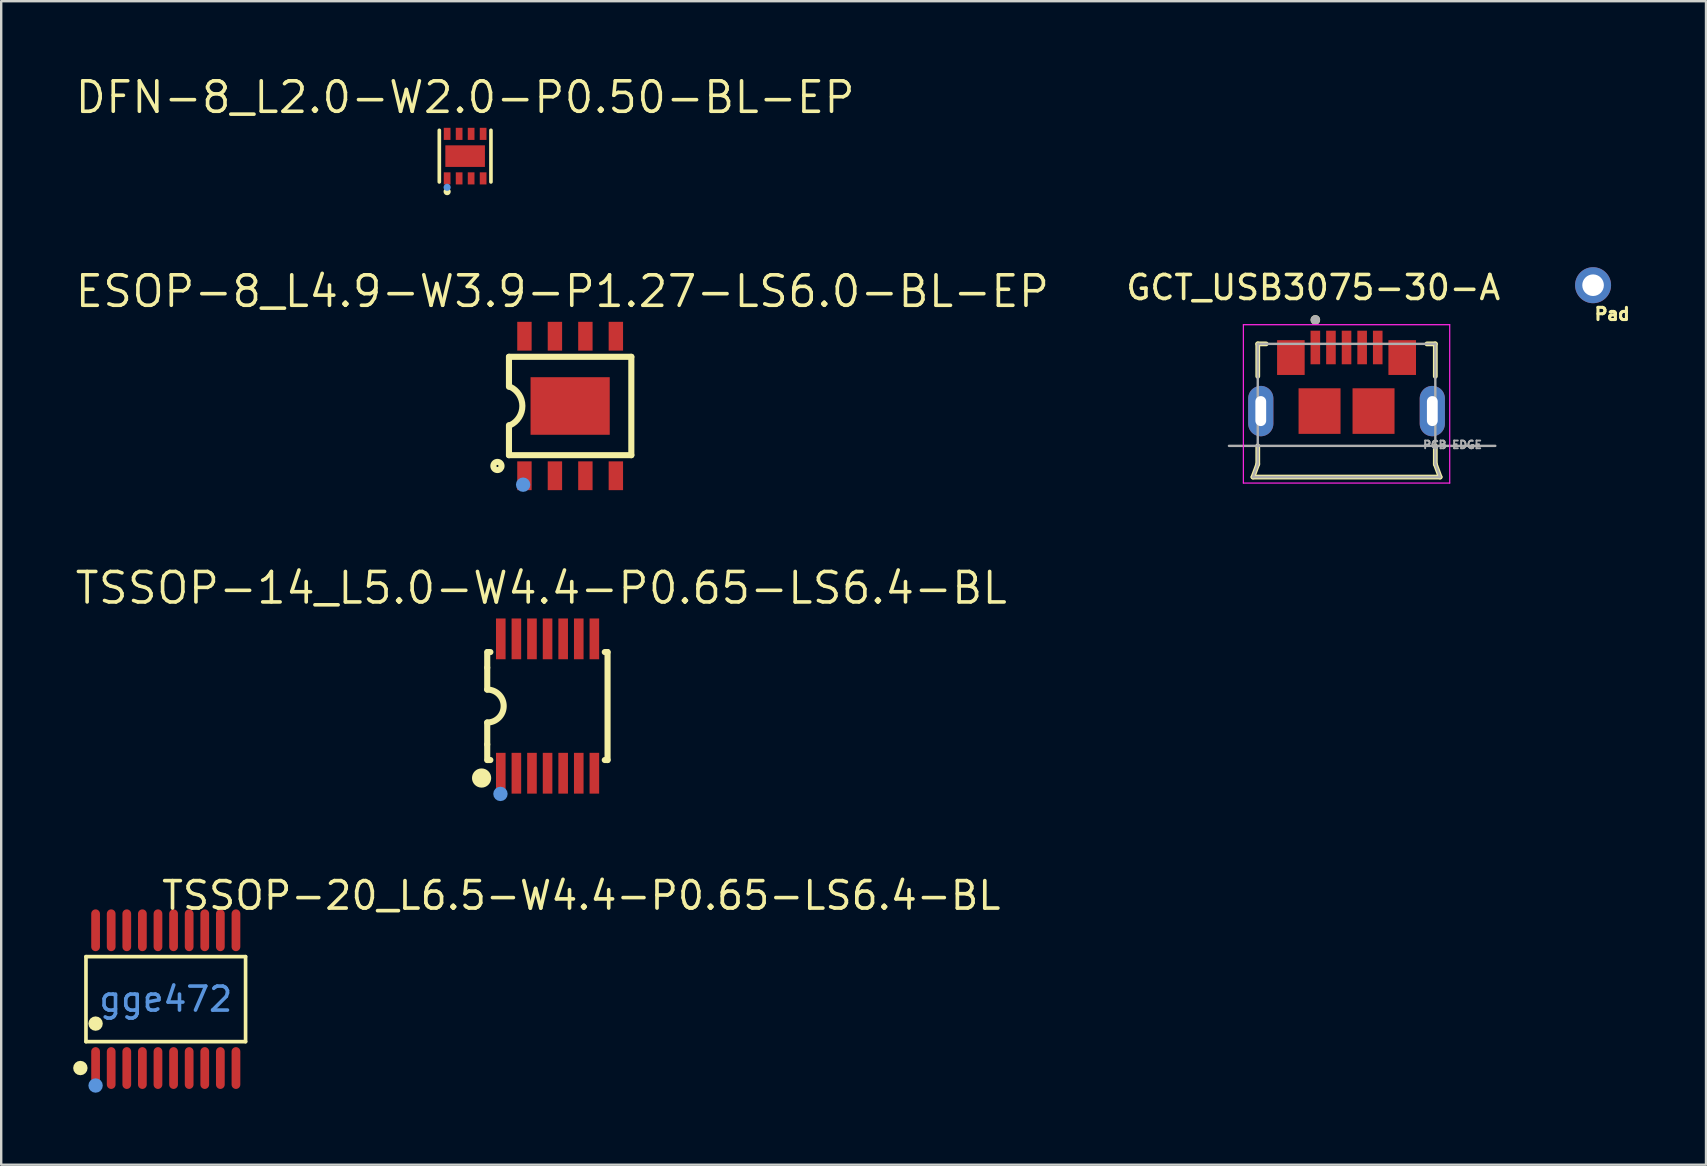
<source format=kicad_pcb>
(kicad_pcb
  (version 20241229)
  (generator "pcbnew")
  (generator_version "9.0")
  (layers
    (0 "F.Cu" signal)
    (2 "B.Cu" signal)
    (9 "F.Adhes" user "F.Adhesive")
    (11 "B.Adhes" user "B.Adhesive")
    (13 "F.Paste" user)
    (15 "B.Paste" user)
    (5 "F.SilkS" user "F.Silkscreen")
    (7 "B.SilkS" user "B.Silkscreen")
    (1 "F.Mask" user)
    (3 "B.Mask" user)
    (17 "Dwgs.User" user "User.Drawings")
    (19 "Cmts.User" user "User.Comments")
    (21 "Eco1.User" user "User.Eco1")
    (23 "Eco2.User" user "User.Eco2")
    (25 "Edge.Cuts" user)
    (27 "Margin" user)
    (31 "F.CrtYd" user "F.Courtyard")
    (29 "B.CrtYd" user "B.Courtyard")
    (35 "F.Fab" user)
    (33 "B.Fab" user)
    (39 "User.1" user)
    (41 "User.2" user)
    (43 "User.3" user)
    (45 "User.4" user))
  (footprint "ESOP-8_L4.9-W3.9-P1.27-LS6.0-BL-EP"
    (layer "F.Cu")
    (at 20.713 13.871)
    (property "Reference" "ESOP-8_L4.9-W3.9-P1.27-LS6.0-BL-EP" (at -0.325 -4.778 0) (layer "F.SilkS") (effects (font (size 1.27 1.27) (thickness 0.15))))
    (attr smd)
    (fp_line (start -2.55 -2.05) (end 2.55 -2.05) (stroke (width 0.254) (type solid)) (layer "F.SilkS"))
    (fp_line (start -2.55 -0.8) (end -2.55 -2.05) (stroke (width 0.254) (type solid)) (layer "F.SilkS"))
    (fp_line (start -2.55 0.8) (end -2.55 2.05) (stroke (width 0.254) (type solid)) (layer "F.SilkS"))
    (fp_line (start 2.55 -2.05) (end 2.55 2.05) (stroke (width 0.254) (type solid)) (layer "F.SilkS"))
    (fp_line (start 2.55 2.05) (end -2.55 2.05) (stroke (width 0.254) (type solid)) (layer "F.SilkS"))
    (fp_arc (start -2.5 -0.8) (mid -1.99147 -0.000219) (end -2.499604 0.799814) (stroke (width 0.254) (type solid)) (layer "F.SilkS"))
    (fp_circle (center -3.03 2.5) (end -2.86 2.5) (stroke (width 0.254) (type solid)) (fill no) (layer "F.SilkS"))
    (fp_circle (center -1.96 3.28) (end -1.81 3.28) (stroke (width 0.3) (type solid)) (fill no) (layer "Cmts.User"))
    (fp_text user "" (at 0 0 0) (layer "Cmts.User") (effects (font (size 1 1) (thickness 0.15))))
    (pad "1" smd rect (at -1.905 2.908) (size 0.6 1.2) (layers "F.Cu" "F.Mask" "F.Paste"))
    (pad "2" smd rect (at -0.635 2.908) (size 0.6 1.2) (layers "F.Cu" "F.Mask" "F.Paste"))
    (pad "3" smd rect (at 0.635 2.908) (size 0.6 1.2) (layers "F.Cu" "F.Mask" "F.Paste"))
    (pad "4" smd rect (at 1.905 2.908) (size 0.6 1.2) (layers "F.Cu" "F.Mask" "F.Paste"))
    (pad "5" smd rect (at 1.905 -2.908) (size 0.6 1.2) (layers "F.Cu" "F.Mask" "F.Paste"))
    (pad "6" smd rect (at 0.635 -2.908) (size 0.6 1.2) (layers "F.Cu" "F.Mask" "F.Paste"))
    (pad "7" smd rect (at -0.635 -2.908) (size 0.6 1.2) (layers "F.Cu" "F.Mask" "F.Paste"))
    (pad "8" smd rect (at -1.905 -2.908) (size 0.6 1.2) (layers "F.Cu" "F.Mask" "F.Paste"))
    (pad "9" smd rect (at 0 0 180) (size 3.3 2.4) (layers "F.Cu" "F.Mask" "F.Paste")))
  (footprint "GCT_USB3075-30-A"
    (layer "F.Cu")
    (at 51.772 11.433)
    (property "Reference" "GCT_USB3075-30-A" (at -0.086 -2.498 0) (layer "F.SilkS") (effects (font (size 1 1) (thickness 0.15))))
    (attr smd)
    (fp_line (start -2.6 5.4) (end -2.4 4.86) (stroke (width 0.2) (type solid)) (layer "F.SilkS"))
    (fp_line (start -2.6 5.4) (end 5.2 5.4) (stroke (width 0.2) (type solid)) (layer "F.SilkS"))
    (fp_line (start -2.4 -0.15) (end -2.05 -0.15) (stroke (width 0.2) (type solid)) (layer "F.SilkS"))
    (fp_line (start -2.4 1.2) (end -2.4 -0.15) (stroke (width 0.2) (type solid)) (layer "F.SilkS"))
    (fp_line (start -2.4 4.86) (end -2.4 4.1) (stroke (width 0.2) (type solid)) (layer "F.SilkS"))
    (fp_line (start 4.65 -0.15) (end 5 -0.15) (stroke (width 0.2) (type solid)) (layer "F.SilkS"))
    (fp_line (start 5 1.2) (end 5 -0.15) (stroke (width 0.2) (type solid)) (layer "F.SilkS"))
    (fp_line (start 5 4.86) (end 5 4.1) (stroke (width 0.2) (type solid)) (layer "F.SilkS"))
    (fp_line (start 5 4.86) (end 5.2 5.4) (stroke (width 0.2) (type solid)) (layer "F.SilkS"))
    (fp_circle (center 0 -1.15) (end 0.1 -1.15) (stroke (width 0.2) (type solid)) (fill no) (layer "F.SilkS"))
    (fp_line (start -3 -0.95) (end 5.6 -0.95) (stroke (width 0.05) (type solid)) (layer "F.CrtYd"))
    (fp_line (start -3 5.65) (end -3 -0.95) (stroke (width 0.05) (type solid)) (layer "F.CrtYd"))
    (fp_line (start -3 5.65) (end 5.6 5.65) (stroke (width 0.05) (type solid)) (layer "F.CrtYd"))
    (fp_line (start 5.6 5.65) (end 5.6 -0.95) (stroke (width 0.05) (type solid)) (layer "F.CrtYd"))
    (fp_line (start -3.6 4.1) (end 7.5 4.1) (stroke (width 0.1) (type solid)) (layer "F.Fab"))
    (fp_line (start -2.6 5.4) (end -2.4 4.86) (stroke (width 0.1) (type solid)) (layer "F.Fab"))
    (fp_line (start -2.6 5.4) (end 5.2 5.4) (stroke (width 0.1) (type solid)) (layer "F.Fab"))
    (fp_line (start -2.4 -0.15) (end 5 -0.15) (stroke (width 0.1) (type solid)) (layer "F.Fab"))
    (fp_line (start -2.4 4.86) (end -2.4 -0.15) (stroke (width 0.1) (type solid)) (layer "F.Fab"))
    (fp_line (start 5 4.86) (end 5 -0.15) (stroke (width 0.1) (type solid)) (layer "F.Fab"))
    (fp_line (start 5 4.86) (end 5.2 5.4) (stroke (width 0.1) (type solid)) (layer "F.Fab"))
    (fp_circle (center 0 -1.15) (end 0.1 -1.15) (stroke (width 0.2) (type solid)) (fill no) (layer "F.Fab"))
    (fp_text user "PCB EDGE" (at 5.716 4.055 0) (layer "F.Fab") (effects (font (size 0.321 0.321) (thickness 0.15))))
    (pad "1" smd rect (at 0 0) (size 0.4 1.4) (layers "F.Cu" "F.Mask" "F.Paste"))
    (pad "2" smd rect (at 0.65 0) (size 0.4 1.4) (layers "F.Cu" "F.Mask" "F.Paste"))
    (pad "3" smd rect (at 1.3 0) (size 0.4 1.4) (layers "F.Cu" "F.Mask" "F.Paste"))
    (pad "4" smd rect (at 1.95 0) (size 0.4 1.4) (layers "F.Cu" "F.Mask" "F.Paste"))
    (pad "5" smd rect (at 2.6 0) (size 0.4 1.4) (layers "F.Cu" "F.Mask" "F.Paste"))
    (pad "S1" smd rect (at -1.02 0.42) (size 1.15 1.45) (layers "F.Cu" "F.Mask" "F.Paste"))
    (pad "S2" smd rect (at 3.62 0.42) (size 1.15 1.45) (layers "F.Cu" "F.Mask" "F.Paste"))
    (pad "S3" smd rect (at 0.175 2.65) (size 1.75 1.9) (layers "F.Cu" "F.Mask" "F.Paste"))
    (pad "S4" smd rect (at 2.425 2.65) (size 1.75 1.9) (layers "F.Cu" "F.Mask" "F.Paste"))
    (pad "S5" thru_hole oval (at -2.275 2.65) (size 1.05 2.1) (drill oval 0.45 1.25) (layers "*.Cu" "*.Mask"))
    (pad "S6" thru_hole oval (at 4.875 2.65) (size 1.05 2.1) (drill oval 0.45 1.25) (layers "*.Cu" "*.Mask")))
  (footprint "TSSOP-20_L6.5-W4.4-P0.65-LS6.4-BL"
    (layer "F.Cu")
    (at 3.859 38.593)
    (property "Reference" "TSSOP-20_L6.5-W4.4-P0.65-LS6.4-BL" (at -0.254 -4.318 0) (layer "F.SilkS") (effects (font (size 1.143 1.143) (thickness 0.152)) (justify left)))
    (attr smd)
    (fp_line (start -3.326 -1.771) (end 3.326 -1.771) (stroke (width 0.152) (type solid)) (layer "F.SilkS"))
    (fp_line (start -3.326 1.771) (end -3.326 -1.771) (stroke (width 0.152) (type solid)) (layer "F.SilkS"))
    (fp_line (start 3.326 -1.771) (end 3.326 1.771) (stroke (width 0.152) (type solid)) (layer "F.SilkS"))
    (fp_line (start 3.326 1.771) (end -3.326 1.771) (stroke (width 0.152) (type solid)) (layer "F.SilkS"))
    (fp_circle (center -3.559 2.871) (end -3.409 2.871) (stroke (width 0.3) (type solid)) (fill no) (layer "F.SilkS"))
    (fp_circle (center -2.925 1.019) (end -2.775 1.019) (stroke (width 0.3) (type solid)) (fill no) (layer "F.SilkS"))
    (fp_circle (center -2.925 3.6) (end -2.775 3.6) (stroke (width 0.3) (type solid)) (fill no) (layer "Cmts.User"))
    (fp_text user "gge472" (at 0 0 0) (layer "Cmts.User") (effects (font (size 1 1) (thickness 0.15))))
    (pad "1" smd oval (at -2.925 2.871) (size 0.364 1.742) (layers "F.Cu" "F.Mask" "F.Paste"))
    (pad "2" smd oval (at -2.275 2.871) (size 0.364 1.742) (layers "F.Cu" "F.Mask" "F.Paste"))
    (pad "3" smd oval (at -1.625 2.871) (size 0.364 1.742) (layers "F.Cu" "F.Mask" "F.Paste"))
    (pad "4" smd oval (at -0.975 2.871) (size 0.364 1.742) (layers "F.Cu" "F.Mask" "F.Paste"))
    (pad "5" smd oval (at -0.325 2.871) (size 0.364 1.742) (layers "F.Cu" "F.Mask" "F.Paste"))
    (pad "6" smd oval (at 0.325 2.871) (size 0.364 1.742) (layers "F.Cu" "F.Mask" "F.Paste"))
    (pad "7" smd oval (at 0.975 2.871) (size 0.364 1.742) (layers "F.Cu" "F.Mask" "F.Paste"))
    (pad "8" smd oval (at 1.625 2.871) (size 0.364 1.742) (layers "F.Cu" "F.Mask" "F.Paste"))
    (pad "9" smd oval (at 2.275 2.871) (size 0.364 1.742) (layers "F.Cu" "F.Mask" "F.Paste"))
    (pad "10" smd oval (at 2.925 2.871) (size 0.364 1.742) (layers "F.Cu" "F.Mask" "F.Paste"))
    (pad "11" smd oval (at 2.925 -2.871) (size 0.364 1.742) (layers "F.Cu" "F.Mask" "F.Paste"))
    (pad "12" smd oval (at 2.275 -2.871) (size 0.364 1.742) (layers "F.Cu" "F.Mask" "F.Paste"))
    (pad "13" smd oval (at 1.625 -2.871) (size 0.364 1.742) (layers "F.Cu" "F.Mask" "F.Paste"))
    (pad "14" smd oval (at 0.975 -2.871) (size 0.364 1.742) (layers "F.Cu" "F.Mask" "F.Paste"))
    (pad "15" smd oval (at 0.325 -2.871) (size 0.364 1.742) (layers "F.Cu" "F.Mask" "F.Paste"))
    (pad "16" smd oval (at -0.325 -2.871) (size 0.364 1.742) (layers "F.Cu" "F.Mask" "F.Paste"))
    (pad "17" smd oval (at -0.975 -2.871) (size 0.364 1.742) (layers "F.Cu" "F.Mask" "F.Paste"))
    (pad "18" smd oval (at -1.625 -2.871) (size 0.364 1.742) (layers "F.Cu" "F.Mask" "F.Paste"))
    (pad "19" smd oval (at -2.275 -2.871) (size 0.364 1.742) (layers "F.Cu" "F.Mask" "F.Paste"))
    (pad "20" smd oval (at -2.925 -2.871) (size 0.364 1.742) (layers "F.Cu" "F.Mask" "F.Paste")))
  (footprint "Pad"
    (layer "F.Cu")
    (at 63.347 8.837)
    (property "Reference" "Pad" (at 0 1.5 0) (unlocked yes) (layer "F.SilkS") (effects (font (size 0.508 0.508) (thickness 0.254) (bold yes)) (justify left bottom)))
    (pad "1" thru_hole circle (at 0 0) (size 1.5 1.5) (drill 0.9) (layers "*.Cu" "*.Mask")))
  (footprint "DFN-8_L2.0-W2.0-P0.50-BL-EP"
    (layer "F.Cu")
    (at 16.336 3.457)
    (property "Reference" "DFN-8_L2.0-W2.0-P0.50-BL-EP" (at 0 -2.45 0) (layer "F.SilkS") (effects (font (size 1.27 1.27) (thickness 0.15))))
    (attr smd)
    (fp_line (start -1.076 1.076) (end -1.076 -1.076) (stroke (width 0.152) (type solid)) (layer "F.SilkS"))
    (fp_line (start 1.076 1.076) (end 1.076 -1.076) (stroke (width 0.152) (type solid)) (layer "F.SilkS"))
    (fp_circle (center -0.75 1.48) (end -0.675 1.48) (stroke (width 0.15) (type solid)) (fill no) (layer "F.SilkS"))
    (fp_circle (center -0.75 1.3) (end -0.675 1.3) (stroke (width 0.15) (type solid)) (fill no) (layer "Cmts.User"))
    (fp_text user "" (at 0 0 0) (layer "Cmts.User") (effects (font (size 1 1) (thickness 0.15))))
    (pad "1" smd rect (at -0.75 0.928) (size 0.28 0.505) (layers "F.Cu" "F.Mask" "F.Paste"))
    (pad "2" smd rect (at -0.25 0.928) (size 0.28 0.505) (layers "F.Cu" "F.Mask" "F.Paste"))
    (pad "3" smd rect (at 0.25 0.928) (size 0.28 0.505) (layers "F.Cu" "F.Mask" "F.Paste"))
    (pad "4" smd rect (at 0.75 0.928) (size 0.28 0.505) (layers "F.Cu" "F.Mask" "F.Paste"))
    (pad "5" smd rect (at 0.75 -0.928) (size 0.28 0.505) (layers "F.Cu" "F.Mask" "F.Paste"))
    (pad "6" smd rect (at 0.25 -0.928) (size 0.28 0.505) (layers "F.Cu" "F.Mask" "F.Paste"))
    (pad "7" smd rect (at -0.25 -0.928) (size 0.28 0.505) (layers "F.Cu" "F.Mask" "F.Paste"))
    (pad "8" smd rect (at -0.75 -0.928) (size 0.28 0.505) (layers "F.Cu" "F.Mask" "F.Paste"))
    (pad "9" smd rect (at 0 0) (size 1.65 0.9) (layers "F.Cu" "F.Mask" "F.Paste")))
  (footprint "TSSOP-14_L5.0-W4.4-P0.65-LS6.4-BL"
    (layer "F.Cu")
    (at 19.772 26.377)
    (property "Reference" "TSSOP-14_L5.0-W4.4-P0.65-LS6.4-BL" (at -0.262 -4.92 0) (layer "F.SilkS") (effects (font (size 1.27 1.27) (thickness 0.15))))
    (attr smd)
    (fp_line (start -2.515 -1.6) (end -2.515 -2.25) (stroke (width 0.254) (type solid)) (layer "F.SilkS"))
    (fp_line (start -2.515 -0.686) (end -2.515 -1.6) (stroke (width 0.254) (type solid)) (layer "F.SilkS"))
    (fp_line (start -2.515 1.6) (end -2.515 0.686) (stroke (width 0.254) (type solid)) (layer "F.SilkS"))
    (fp_line (start -2.515 1.6) (end -2.515 2.25) (stroke (width 0.254) (type solid)) (layer "F.SilkS"))
    (fp_line (start -2.5 -2.25) (end -2.384 -2.25) (stroke (width 0.254) (type solid)) (layer "F.SilkS"))
    (fp_line (start -2.384 2.25) (end -2.5 2.25) (stroke (width 0.254) (type solid)) (layer "F.SilkS"))
    (fp_line (start 2.384 -2.25) (end 2.5 -2.25) (stroke (width 0.254) (type solid)) (layer "F.SilkS"))
    (fp_line (start 2.5 -2.25) (end 2.5 2.25) (stroke (width 0.254) (type solid)) (layer "F.SilkS"))
    (fp_line (start 2.5 2.25) (end 2.384 2.25) (stroke (width 0.254) (type solid)) (layer "F.SilkS"))
    (fp_arc (start -2.515 -0.686) (mid -1.829 0) (end -2.515 0.686) (stroke (width 0.254) (type solid)) (layer "F.SilkS"))
    (fp_circle (center -2.75 3) (end -2.55 3) (stroke (width 0.4) (type solid)) (fill no) (layer "F.SilkS"))
    (fp_circle (center -1.964 3.662) (end -1.814 3.662) (stroke (width 0.3) (type solid)) (fill no) (layer "Cmts.User"))
    (fp_text user "" (at 0 0 0) (layer "Cmts.User") (effects (font (size 1 1) (thickness 0.15))))
    (pad "1" smd rect (at -1.95 2.8) (size 0.4 1.7) (layers "F.Cu" "F.Mask" "F.Paste"))
    (pad "2" smd rect (at -1.3 2.8) (size 0.4 1.7) (layers "F.Cu" "F.Mask" "F.Paste"))
    (pad "3" smd rect (at -0.65 2.8) (size 0.4 1.7) (layers "F.Cu" "F.Mask" "F.Paste"))
    (pad "4" smd rect (at 0 2.8) (size 0.4 1.7) (layers "F.Cu" "F.Mask" "F.Paste"))
    (pad "5" smd rect (at 0.65 2.8) (size 0.4 1.7) (layers "F.Cu" "F.Mask" "F.Paste"))
    (pad "6" smd rect (at 1.3 2.8) (size 0.4 1.7) (layers "F.Cu" "F.Mask" "F.Paste"))
    (pad "7" smd rect (at 1.95 2.8) (size 0.4 1.7) (layers "F.Cu" "F.Mask" "F.Paste"))
    (pad "8" smd rect (at 1.95 -2.8) (size 0.4 1.7) (layers "F.Cu" "F.Mask" "F.Paste"))
    (pad "9" smd rect (at 1.3 -2.8) (size 0.4 1.7) (layers "F.Cu" "F.Mask" "F.Paste"))
    (pad "10" smd rect (at 0.65 -2.8) (size 0.4 1.7) (layers "F.Cu" "F.Mask" "F.Paste"))
    (pad "11" smd rect (at 0 -2.8) (size 0.4 1.7) (layers "F.Cu" "F.Mask" "F.Paste"))
    (pad "12" smd rect (at -0.65 -2.8) (size 0.4 1.7) (layers "F.Cu" "F.Mask" "F.Paste"))
    (pad "13" smd rect (at -1.3 -2.8) (size 0.4 1.7) (layers "F.Cu" "F.Mask" "F.Paste"))
    (pad "14" smd rect (at -1.95 -2.8) (size 0.4 1.7) (layers "F.Cu" "F.Mask" "F.Paste")))
  (gr_rect
    (start -3 -3)
    (end 68.054 45.493)
    (stroke (width 0.1) (type default))
    (fill no)
    (layer "Edge.Cuts")))
</source>
